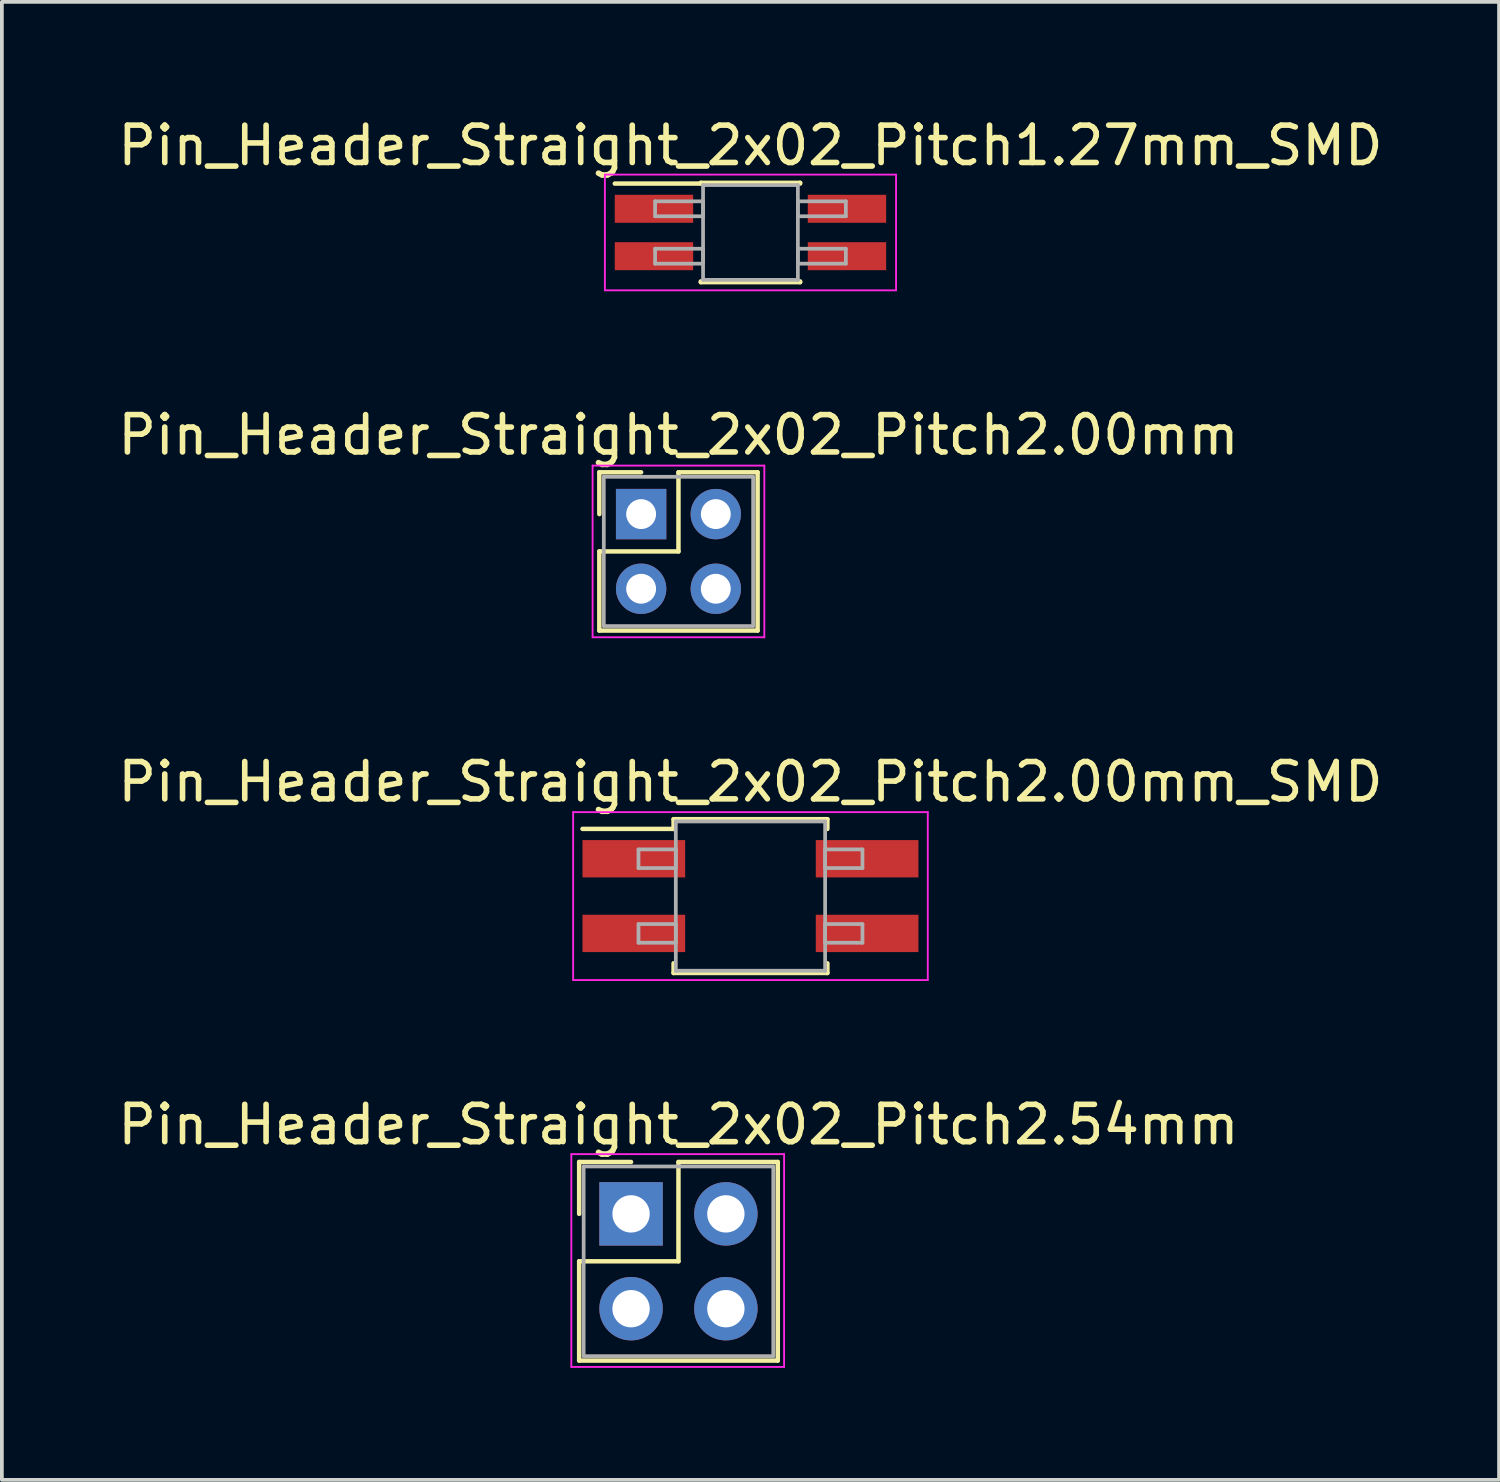
<source format=kicad_pcb>
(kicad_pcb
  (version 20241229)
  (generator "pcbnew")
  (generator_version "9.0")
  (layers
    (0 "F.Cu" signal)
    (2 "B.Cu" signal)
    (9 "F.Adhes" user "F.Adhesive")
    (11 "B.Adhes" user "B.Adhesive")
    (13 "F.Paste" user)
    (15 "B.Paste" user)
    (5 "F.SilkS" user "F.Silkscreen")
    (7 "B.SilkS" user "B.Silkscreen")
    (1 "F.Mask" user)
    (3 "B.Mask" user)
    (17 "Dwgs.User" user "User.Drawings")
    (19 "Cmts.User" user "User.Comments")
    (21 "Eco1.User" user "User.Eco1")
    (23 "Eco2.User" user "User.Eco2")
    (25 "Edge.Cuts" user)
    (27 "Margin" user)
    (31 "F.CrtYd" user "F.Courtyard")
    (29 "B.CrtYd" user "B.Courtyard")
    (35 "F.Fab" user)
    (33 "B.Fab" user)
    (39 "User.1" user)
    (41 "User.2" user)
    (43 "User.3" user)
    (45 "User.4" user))
  (footprint "Pin_Header_Straight_2x02_Pitch1.27mm_SMD"
    (layer "F.Cu")
    (at 17.054 3.178)
    (property "Reference" "Pin_Header_Straight_2x02_Pitch1.27mm_SMD" (at 0 -2.33 0) (layer "F.SilkS") (effects (font (size 1 1) (thickness 0.15))))
    (attr smd)
    (fp_line (start -3.635 -1.31) (end -1.33 -1.31) (stroke (width 0.12) (type solid)) (layer "F.SilkS"))
    (fp_line (start -1.33 -1.33) (end 1.33 -1.33) (stroke (width 0.12) (type solid)) (layer "F.SilkS"))
    (fp_line (start -1.33 -1.31) (end -1.33 -1.33) (stroke (width 0.12) (type solid)) (layer "F.SilkS"))
    (fp_line (start -1.33 1.31) (end -1.33 1.33) (stroke (width 0.12) (type solid)) (layer "F.SilkS"))
    (fp_line (start -1.33 1.33) (end 1.33 1.33) (stroke (width 0.12) (type solid)) (layer "F.SilkS"))
    (fp_line (start 1.33 -1.33) (end 1.33 -1.31) (stroke (width 0.12) (type solid)) (layer "F.SilkS"))
    (fp_line (start 1.33 1.33) (end 1.33 1.31) (stroke (width 0.12) (type solid)) (layer "F.SilkS"))
    (fp_line (start -3.9 -1.55) (end -3.9 1.55) (stroke (width 0.05) (type solid)) (layer "F.CrtYd"))
    (fp_line (start -3.9 1.55) (end 3.9 1.55) (stroke (width 0.05) (type solid)) (layer "F.CrtYd"))
    (fp_line (start 3.9 -1.55) (end -3.9 -1.55) (stroke (width 0.05) (type solid)) (layer "F.CrtYd"))
    (fp_line (start 3.9 1.55) (end 3.9 -1.55) (stroke (width 0.05) (type solid)) (layer "F.CrtYd"))
    (fp_line (start -2.555 -0.835) (end -1.27 -0.835) (stroke (width 0.1) (type solid)) (layer "F.Fab"))
    (fp_line (start -2.555 -0.435) (end -2.555 -0.835) (stroke (width 0.1) (type solid)) (layer "F.Fab"))
    (fp_line (start -2.555 0.435) (end -1.27 0.435) (stroke (width 0.1) (type solid)) (layer "F.Fab"))
    (fp_line (start -2.555 0.835) (end -2.555 0.435) (stroke (width 0.1) (type solid)) (layer "F.Fab"))
    (fp_line (start -1.27 -1.27) (end -1.27 1.27) (stroke (width 0.1) (type solid)) (layer "F.Fab"))
    (fp_line (start -1.27 -0.835) (end -1.27 -0.435) (stroke (width 0.1) (type solid)) (layer "F.Fab"))
    (fp_line (start -1.27 -0.435) (end -2.555 -0.435) (stroke (width 0.1) (type solid)) (layer "F.Fab"))
    (fp_line (start -1.27 0.435) (end -1.27 0.835) (stroke (width 0.1) (type solid)) (layer "F.Fab"))
    (fp_line (start -1.27 0.835) (end -2.555 0.835) (stroke (width 0.1) (type solid)) (layer "F.Fab"))
    (fp_line (start -1.27 1.27) (end 1.27 1.27) (stroke (width 0.1) (type solid)) (layer "F.Fab"))
    (fp_line (start 1.27 -1.27) (end -1.27 -1.27) (stroke (width 0.1) (type solid)) (layer "F.Fab"))
    (fp_line (start 1.27 -0.835) (end 1.27 -0.435) (stroke (width 0.1) (type solid)) (layer "F.Fab"))
    (fp_line (start 1.27 -0.435) (end 2.555 -0.435) (stroke (width 0.1) (type solid)) (layer "F.Fab"))
    (fp_line (start 1.27 0.435) (end 1.27 0.835) (stroke (width 0.1) (type solid)) (layer "F.Fab"))
    (fp_line (start 1.27 0.835) (end 2.555 0.835) (stroke (width 0.1) (type solid)) (layer "F.Fab"))
    (fp_line (start 1.27 1.27) (end 1.27 -1.27) (stroke (width 0.1) (type solid)) (layer "F.Fab"))
    (fp_line (start 2.555 -0.835) (end 1.27 -0.835) (stroke (width 0.1) (type solid)) (layer "F.Fab"))
    (fp_line (start 2.555 -0.435) (end 2.555 -0.835) (stroke (width 0.1) (type solid)) (layer "F.Fab"))
    (fp_line (start 2.555 0.435) (end 1.27 0.435) (stroke (width 0.1) (type solid)) (layer "F.Fab"))
    (fp_line (start 2.555 0.835) (end 2.555 0.435) (stroke (width 0.1) (type solid)) (layer "F.Fab"))
    (pad "1" smd rect (at -2.585 -0.635) (size 2.1 0.75) (layers "F.Cu" "F.Mask"))
    (pad "2" smd rect (at 2.585 -0.635) (size 2.1 0.75) (layers "F.Cu" "F.Mask"))
    (pad "3" smd rect (at -2.585 0.635) (size 2.1 0.75) (layers "F.Cu" "F.Mask"))
    (pad "4" smd rect (at 2.585 0.635) (size 2.1 0.75) (layers "F.Cu" "F.Mask")))
  (footprint "Pin_Header_Straight_2x02_Pitch2.54mm"
    (layer "F.Cu")
    (at 13.855 29.468)
    (property "Reference" "Pin_Header_Straight_2x02_Pitch2.54mm" (at 1.27 -2.39 0) (layer "F.SilkS") (effects (font (size 1 1) (thickness 0.15))))
    (attr through_hole)
    (fp_line (start -1.39 -1.39) (end 0 -1.39) (stroke (width 0.12) (type solid)) (layer "F.SilkS"))
    (fp_line (start -1.39 0) (end -1.39 -1.39) (stroke (width 0.12) (type solid)) (layer "F.SilkS"))
    (fp_line (start -1.39 1.27) (end -1.39 3.93) (stroke (width 0.12) (type solid)) (layer "F.SilkS"))
    (fp_line (start -1.39 3.93) (end 3.93 3.93) (stroke (width 0.12) (type solid)) (layer "F.SilkS"))
    (fp_line (start 1.27 -1.39) (end 1.27 1.27) (stroke (width 0.12) (type solid)) (layer "F.SilkS"))
    (fp_line (start 1.27 1.27) (end -1.39 1.27) (stroke (width 0.12) (type solid)) (layer "F.SilkS"))
    (fp_line (start 3.93 -1.39) (end 1.27 -1.39) (stroke (width 0.12) (type solid)) (layer "F.SilkS"))
    (fp_line (start 3.93 3.93) (end 3.93 -1.39) (stroke (width 0.12) (type solid)) (layer "F.SilkS"))
    (fp_line (start -1.6 -1.6) (end -1.6 4.1) (stroke (width 0.05) (type solid)) (layer "F.CrtYd"))
    (fp_line (start -1.6 4.1) (end 4.1 4.1) (stroke (width 0.05) (type solid)) (layer "F.CrtYd"))
    (fp_line (start 4.1 -1.6) (end -1.6 -1.6) (stroke (width 0.05) (type solid)) (layer "F.CrtYd"))
    (fp_line (start 4.1 4.1) (end 4.1 -1.6) (stroke (width 0.05) (type solid)) (layer "F.CrtYd"))
    (fp_line (start -1.27 -1.27) (end -1.27 3.81) (stroke (width 0.1) (type solid)) (layer "F.Fab"))
    (fp_line (start -1.27 3.81) (end 3.81 3.81) (stroke (width 0.1) (type solid)) (layer "F.Fab"))
    (fp_line (start 3.81 -1.27) (end -1.27 -1.27) (stroke (width 0.1) (type solid)) (layer "F.Fab"))
    (fp_line (start 3.81 3.81) (end 3.81 -1.27) (stroke (width 0.1) (type solid)) (layer "F.Fab"))
    (pad "1" thru_hole rect (at 0 0) (size 1.7 1.7) (drill 1) (layers "*.Cu" "*.Mask"))
    (pad "2" thru_hole oval (at 2.54 0) (size 1.7 1.7) (drill 1) (layers "*.Cu" "*.Mask"))
    (pad "3" thru_hole oval (at 0 2.54) (size 1.7 1.7) (drill 1) (layers "*.Cu" "*.Mask"))
    (pad "4" thru_hole oval (at 2.54 2.54) (size 1.7 1.7) (drill 1) (layers "*.Cu" "*.Mask")))
  (footprint "Pin_Header_Straight_2x02_Pitch2.00mm_SMD"
    (layer "F.Cu")
    (at 17.054 20.955)
    (property "Reference" "Pin_Header_Straight_2x02_Pitch2.00mm_SMD" (at 0 -3.06 0) (layer "F.SilkS") (effects (font (size 1 1) (thickness 0.15))))
    (attr smd)
    (fp_line (start -4.5 -1.8) (end -2.06 -1.8) (stroke (width 0.12) (type solid)) (layer "F.SilkS"))
    (fp_line (start -2.06 -2.06) (end 2.06 -2.06) (stroke (width 0.12) (type solid)) (layer "F.SilkS"))
    (fp_line (start -2.06 -1.8) (end -2.06 -2.06) (stroke (width 0.12) (type solid)) (layer "F.SilkS"))
    (fp_line (start -2.06 1.8) (end -2.06 2.06) (stroke (width 0.12) (type solid)) (layer "F.SilkS"))
    (fp_line (start -2.06 2.06) (end 2.06 2.06) (stroke (width 0.12) (type solid)) (layer "F.SilkS"))
    (fp_line (start 2.06 -2.06) (end 2.06 -1.8) (stroke (width 0.12) (type solid)) (layer "F.SilkS"))
    (fp_line (start 2.06 2.06) (end 2.06 1.8) (stroke (width 0.12) (type solid)) (layer "F.SilkS"))
    (fp_line (start -4.75 -2.25) (end -4.75 2.25) (stroke (width 0.05) (type solid)) (layer "F.CrtYd"))
    (fp_line (start -4.75 2.25) (end 4.75 2.25) (stroke (width 0.05) (type solid)) (layer "F.CrtYd"))
    (fp_line (start 4.75 -2.25) (end -4.75 -2.25) (stroke (width 0.05) (type solid)) (layer "F.CrtYd"))
    (fp_line (start 4.75 2.25) (end 4.75 -2.25) (stroke (width 0.05) (type solid)) (layer "F.CrtYd"))
    (fp_line (start -3 -1.25) (end -2 -1.25) (stroke (width 0.1) (type solid)) (layer "F.Fab"))
    (fp_line (start -3 -0.75) (end -3 -1.25) (stroke (width 0.1) (type solid)) (layer "F.Fab"))
    (fp_line (start -3 0.75) (end -2 0.75) (stroke (width 0.1) (type solid)) (layer "F.Fab"))
    (fp_line (start -3 1.25) (end -3 0.75) (stroke (width 0.1) (type solid)) (layer "F.Fab"))
    (fp_line (start -2 -2) (end -2 2) (stroke (width 0.1) (type solid)) (layer "F.Fab"))
    (fp_line (start -2 -1.25) (end -2 -0.75) (stroke (width 0.1) (type solid)) (layer "F.Fab"))
    (fp_line (start -2 -0.75) (end -3 -0.75) (stroke (width 0.1) (type solid)) (layer "F.Fab"))
    (fp_line (start -2 0.75) (end -2 1.25) (stroke (width 0.1) (type solid)) (layer "F.Fab"))
    (fp_line (start -2 1.25) (end -3 1.25) (stroke (width 0.1) (type solid)) (layer "F.Fab"))
    (fp_line (start -2 2) (end 2 2) (stroke (width 0.1) (type solid)) (layer "F.Fab"))
    (fp_line (start 2 -2) (end -2 -2) (stroke (width 0.1) (type solid)) (layer "F.Fab"))
    (fp_line (start 2 -1.25) (end 2 -0.75) (stroke (width 0.1) (type solid)) (layer "F.Fab"))
    (fp_line (start 2 -0.75) (end 3 -0.75) (stroke (width 0.1) (type solid)) (layer "F.Fab"))
    (fp_line (start 2 0.75) (end 2 1.25) (stroke (width 0.1) (type solid)) (layer "F.Fab"))
    (fp_line (start 2 1.25) (end 3 1.25) (stroke (width 0.1) (type solid)) (layer "F.Fab"))
    (fp_line (start 2 2) (end 2 -2) (stroke (width 0.1) (type solid)) (layer "F.Fab"))
    (fp_line (start 3 -1.25) (end 2 -1.25) (stroke (width 0.1) (type solid)) (layer "F.Fab"))
    (fp_line (start 3 -0.75) (end 3 -1.25) (stroke (width 0.1) (type solid)) (layer "F.Fab"))
    (fp_line (start 3 0.75) (end 2 0.75) (stroke (width 0.1) (type solid)) (layer "F.Fab"))
    (fp_line (start 3 1.25) (end 3 0.75) (stroke (width 0.1) (type solid)) (layer "F.Fab"))
    (pad "1" smd rect (at -3.125 -1) (size 2.75 1) (layers "F.Cu" "F.Mask"))
    (pad "2" smd rect (at 3.125 -1) (size 2.75 1) (layers "F.Cu" "F.Mask"))
    (pad "3" smd rect (at -3.125 1) (size 2.75 1) (layers "F.Cu" "F.Mask"))
    (pad "4" smd rect (at 3.125 1) (size 2.75 1) (layers "F.Cu" "F.Mask")))
  (footprint "Pin_Header_Straight_2x02_Pitch2.00mm"
    (layer "F.Cu")
    (at 14.125 10.722)
    (property "Reference" "Pin_Header_Straight_2x02_Pitch2.00mm" (at 1 -2.12 0) (layer "F.SilkS") (effects (font (size 1 1) (thickness 0.15))))
    (attr through_hole)
    (fp_line (start -1.12 -1.12) (end 0 -1.12) (stroke (width 0.12) (type solid)) (layer "F.SilkS"))
    (fp_line (start -1.12 0) (end -1.12 -1.12) (stroke (width 0.12) (type solid)) (layer "F.SilkS"))
    (fp_line (start -1.12 1) (end -1.12 3.12) (stroke (width 0.12) (type solid)) (layer "F.SilkS"))
    (fp_line (start -1.12 3.12) (end 3.12 3.12) (stroke (width 0.12) (type solid)) (layer "F.SilkS"))
    (fp_line (start 1 -1.12) (end 1 1) (stroke (width 0.12) (type solid)) (layer "F.SilkS"))
    (fp_line (start 1 1) (end -1.12 1) (stroke (width 0.12) (type solid)) (layer "F.SilkS"))
    (fp_line (start 3.12 -1.12) (end 1 -1.12) (stroke (width 0.12) (type solid)) (layer "F.SilkS"))
    (fp_line (start 3.12 3.12) (end 3.12 -1.12) (stroke (width 0.12) (type solid)) (layer "F.SilkS"))
    (fp_line (start -1.3 -1.3) (end -1.3 3.3) (stroke (width 0.05) (type solid)) (layer "F.CrtYd"))
    (fp_line (start -1.3 3.3) (end 3.3 3.3) (stroke (width 0.05) (type solid)) (layer "F.CrtYd"))
    (fp_line (start 3.3 -1.3) (end -1.3 -1.3) (stroke (width 0.05) (type solid)) (layer "F.CrtYd"))
    (fp_line (start 3.3 3.3) (end 3.3 -1.3) (stroke (width 0.05) (type solid)) (layer "F.CrtYd"))
    (fp_line (start -1 -1) (end -1 3) (stroke (width 0.1) (type solid)) (layer "F.Fab"))
    (fp_line (start -1 3) (end 3 3) (stroke (width 0.1) (type solid)) (layer "F.Fab"))
    (fp_line (start 3 -1) (end -1 -1) (stroke (width 0.1) (type solid)) (layer "F.Fab"))
    (fp_line (start 3 3) (end 3 -1) (stroke (width 0.1) (type solid)) (layer "F.Fab"))
    (pad "1" thru_hole rect (at 0 0) (size 1.35 1.35) (drill 0.8) (layers "*.Cu" "*.Mask"))
    (pad "2" thru_hole oval (at 2 0) (size 1.35 1.35) (drill 0.8) (layers "*.Cu" "*.Mask"))
    (pad "3" thru_hole oval (at 0 2) (size 1.35 1.35) (drill 0.8) (layers "*.Cu" "*.Mask"))
    (pad "4" thru_hole oval (at 2 2) (size 1.35 1.35) (drill 0.8) (layers "*.Cu" "*.Mask")))
  (gr_rect
    (start -3 -3)
    (end 37.107 36.593)
    (stroke (width 0.1) (type default))
    (fill no)
    (layer "Edge.Cuts")))
</source>
